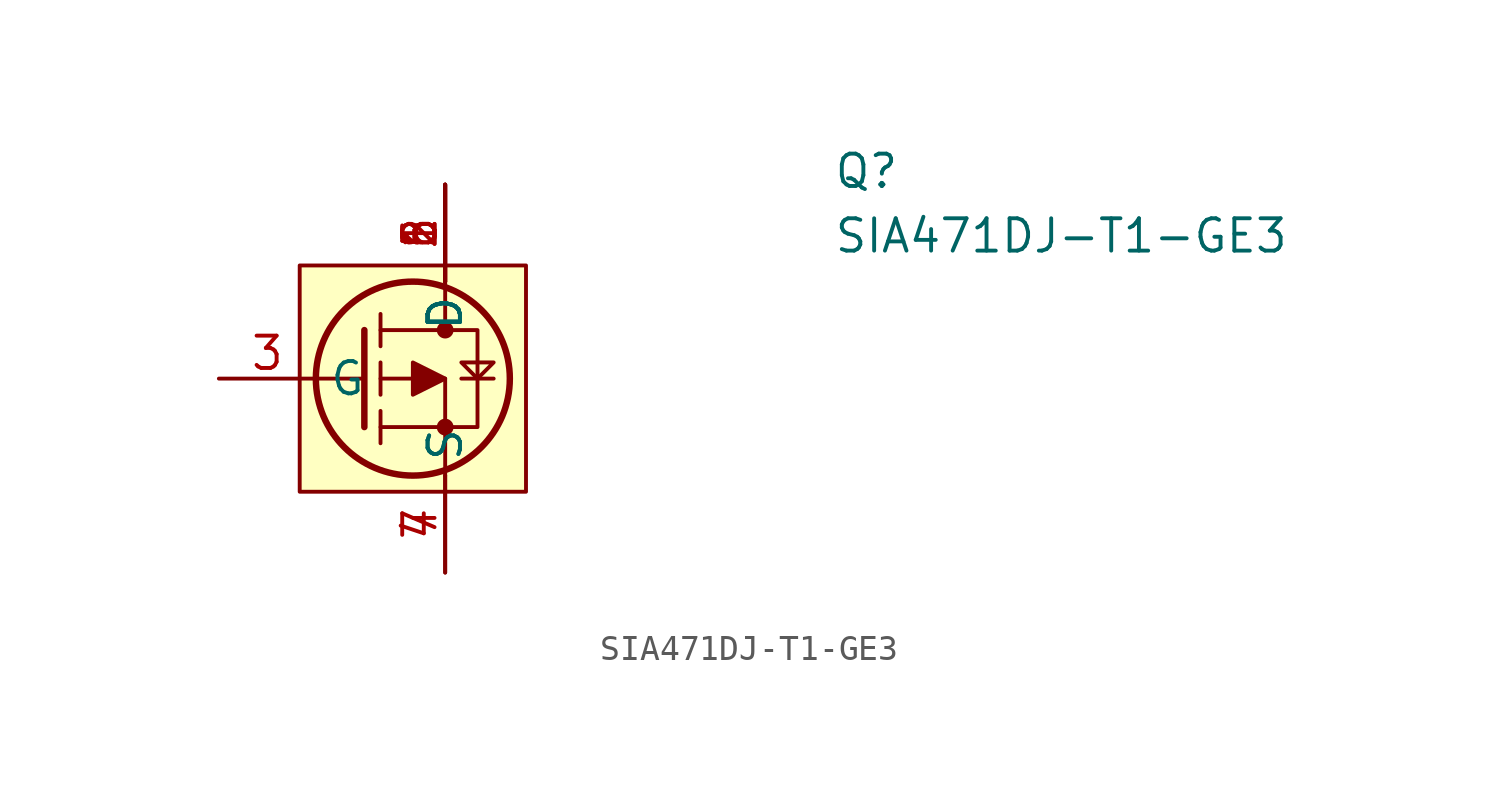
<source format=kicad_sym>
(kicad_symbol_lib
  (version 20231120)
  (generator "kicad_symbol_editor")
  (generator_version "8.0")
  (symbol "SIA471DJ-T1-GE3"
    (property "Reference" "Q"
      (at 21.59 7.62 0)
      (effects (font (size 1.27 1.27)) (justify left top)))
    (property "Value" "SIA471DJ-T1-GE3"
      (at 21.59 5.08 0)
      (effects (font (size 1.27 1.27)) (justify left top)))
    (symbol "SIA471DJ-T1-GE3_0_1"
      (polyline (pts (xy 3.175 -1.27) (xy 1.27 -1.27)) (stroke (width 0) (type default)) (fill (type none)))
      (polyline (pts (xy 3.175 0.635) (xy 3.175 -3.175)) (stroke (width 0.254) (type default)) (fill (type none)))
      (polyline (pts (xy 6.35 2.54) (xy 6.35 0.635)) (stroke (width 0) (type default)) (fill (type none)))
      (polyline (pts (xy 6.985 -1.27) (xy 8.255 -1.27)) (stroke (width 0) (type default)) (fill (type none)))
      (polyline (pts (xy 6.35 -5.08) (xy 6.35 -1.27) (xy 3.81 -1.27)) (stroke (width 0) (type default)) (fill (type none)))
      (polyline (pts (xy 3.81 -3.175) (xy 7.62 -3.175) (xy 7.62 0.635) (xy 3.81 0.635)) (stroke (width 0) (type default)) (fill (type none)))
      (polyline (pts (xy 6.985 -0.635) (xy 8.255 -0.635) (xy 7.62 -1.27) (xy 6.985 -0.635)) (stroke (width 0) (type default)) (fill (type none)))
      (circle (center 5.08 -1.27) (radius 3.81) (stroke (width 0.254) (type default)) (fill (type none)))
      (circle (center 6.35 -3.175) (radius 0.254) (stroke (width 0) (type default)) (fill (type outline)))
      (circle (center 6.35 0.635) (radius 0.254) (stroke (width 0) (type default)) (fill (type outline))))
    (symbol "SIA471DJ-T1-GE3_1_1"
      (polyline (pts (xy 3.81 -3.81) (xy 3.81 -2.54)) (stroke (width 0) (type default)) (fill (type none)))
      (polyline (pts (xy 3.81 -1.905) (xy 3.81 -0.635)) (stroke (width 0) (type default)) (fill (type none)))
      (polyline (pts (xy 3.81 0) (xy 3.81 1.27)) (stroke (width 0) (type default)) (fill (type none)))
      (polyline (pts (xy 5.08 -1.905) (xy 5.08 -0.635) (xy 6.35 -1.27) (xy 5.08 -1.905)) (stroke (width 0) (type default)) (fill (type outline)))
      (rectangle (start 0.635 3.175) (end 9.525 -5.715) (stroke (width 0) (type default)) (fill (type background)))
      (pin passive line (at 6.35 6.35 270) (length 3.81) (name "D" (effects (font (size 1.27 1.27)))) (number "1" (effects (font (size 1.27 1.27)))))
      (pin passive line (at 6.35 6.35 270) (length 3.81) (name "D" (effects (font (size 1.27 1.27)))) (number "2" (effects (font (size 1.27 1.27)))))
      (pin passive line (at -2.54 -1.27 0) (length 3.81) (name "G" (effects (font (size 1.27 1.27)))) (number "3" (effects (font (size 1.27 1.27)))))
      (pin passive line (at 6.35 -8.89 90) (length 3.81) (name "S" (effects (font (size 1.27 1.27)))) (number "4" (effects (font (size 1.27 1.27)))))
      (pin passive line (at 6.35 6.35 270) (length 3.81) (name "D" (effects (font (size 1.27 1.27)))) (number "5" (effects (font (size 1.27 1.27)))))
      (pin passive line (at 6.35 6.35 270) (length 3.81) (name "D" (effects (font (size 1.27 1.27)))) (number "6" (effects (font (size 1.27 1.27)))))
      (pin passive line (at 6.35 -8.89 90) (length 3.81) (name "S" (effects (font (size 1.27 1.27)))) (number "7" (effects (font (size 1.27 1.27)))))
      (pin passive line (at 6.35 6.35 270) (length 3.81) (name "D" (effects (font (size 1.27 1.27)))) (number "8" (effects (font (size 1.27 1.27))))))))
</source>
